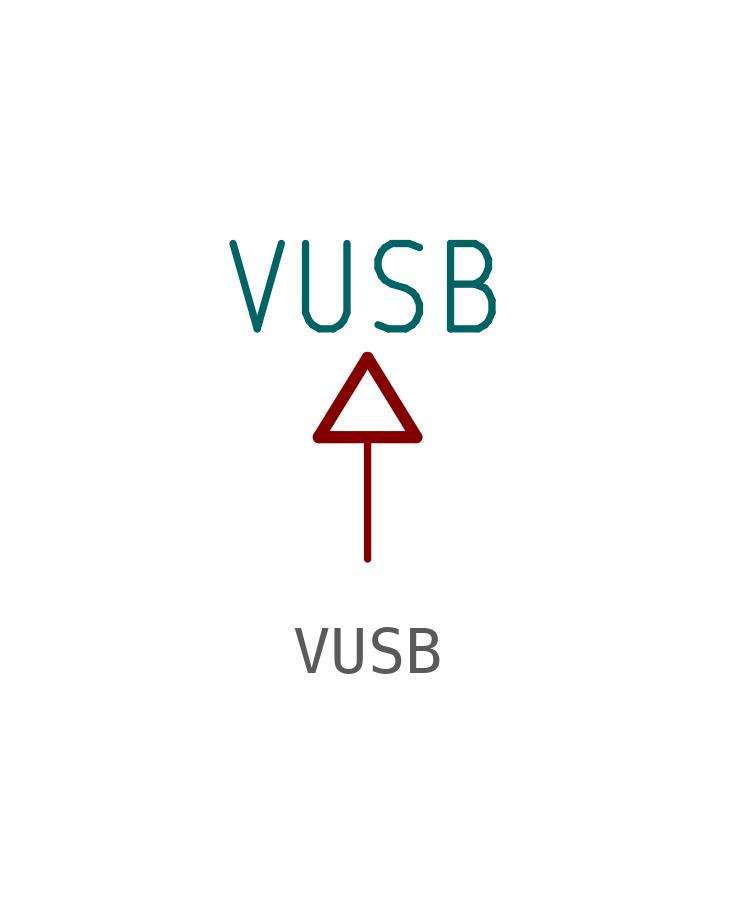
<source format=kicad_sym>
(kicad_symbol_lib
  (version 20211014)
  (generator kicad_symbol_editor)
  (symbol "VUSB"
    (power)
    (property "Reference" ""
      (at 0 0 0)
      (effects (font (size 1.27 1.27)) hide))
    (property "Value" "VUSB"
      (at -3.048 2.032 0)
      (effects (font (size 1.778 1.511)) (justify left bottom)))
    (property "ki_locked" ""
      (at 0 0 0)
      (effects (font (size 1.27 1.27))))
    (symbol "VUSB_1_0"
      (polyline (pts (xy -1.016 0) (xy 1.016 0)) (stroke (width 0.254) (type default) (color 0 0 0 0)) (fill (type none)))
      (polyline (pts (xy 0 1.651) (xy -1.016 0)) (stroke (width 0.254) (type default) (color 0 0 0 0)) (fill (type none)))
      (polyline (pts (xy 1.016 0) (xy 0 1.651)) (stroke (width 0.254) (type default) (color 0 0 0 0)) (fill (type none)))
      (pin power_in line (at 0 -2.54 90) (length 2.54) (name "VUSB" (effects (font (size 0 0)))) (number "1" (effects (font (size 0 0))))))))
</source>
